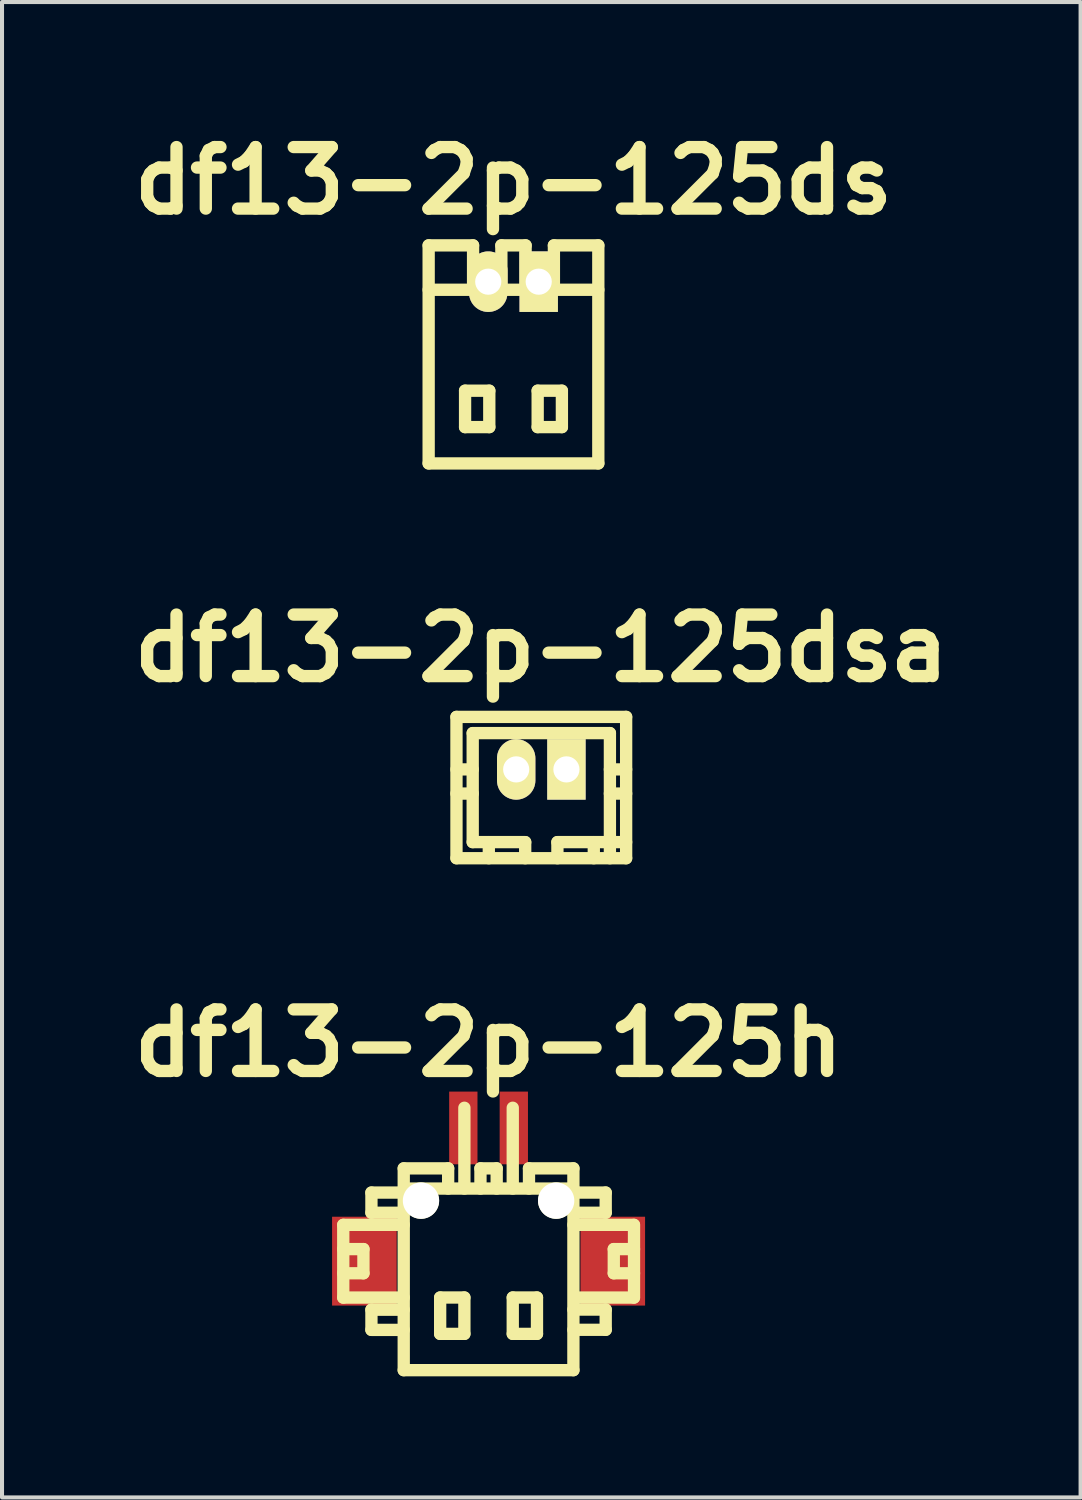
<source format=kicad_pcb>
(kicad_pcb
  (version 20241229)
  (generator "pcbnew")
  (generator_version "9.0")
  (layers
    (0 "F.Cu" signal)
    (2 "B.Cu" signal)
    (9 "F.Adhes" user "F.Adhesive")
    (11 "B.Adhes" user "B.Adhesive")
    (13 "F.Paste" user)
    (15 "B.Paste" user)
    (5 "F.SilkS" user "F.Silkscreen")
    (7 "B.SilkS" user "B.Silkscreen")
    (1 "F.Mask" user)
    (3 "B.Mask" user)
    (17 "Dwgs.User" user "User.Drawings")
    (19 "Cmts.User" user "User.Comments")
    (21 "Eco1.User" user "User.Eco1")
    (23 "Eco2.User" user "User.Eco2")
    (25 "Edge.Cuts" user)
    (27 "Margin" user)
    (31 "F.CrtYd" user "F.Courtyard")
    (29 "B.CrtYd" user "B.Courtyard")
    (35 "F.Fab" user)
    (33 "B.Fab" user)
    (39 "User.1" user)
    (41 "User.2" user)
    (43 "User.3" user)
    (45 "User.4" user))
  (footprint "df13-2p-125ds"
    (layer "F.Cu")
    (at 9.667 5.727)
    (property "Reference" "df13-2p-125ds" (at 0 -4.3 0) (layer "F.SilkS") (effects (font (size 1.524 1.524) (thickness 0.305))))
    (attr through_hole)
    (fp_line (start -2.101 2.7) (end -2.101 -2.7) (stroke (width 0.305) (type solid)) (layer "F.SilkS"))
    (fp_line (start -1.199 0.899) (end -1.199 1.801) (stroke (width 0.305) (type solid)) (layer "F.SilkS"))
    (fp_line (start -1.199 1.801) (end -0.599 1.801) (stroke (width 0.305) (type solid)) (layer "F.SilkS"))
    (fp_line (start -1.001 -2.7) (end -2.101 -2.7) (stroke (width 0.305) (type solid)) (layer "F.SilkS"))
    (fp_line (start -1.001 -1.6) (end -1.001 -2.7) (stroke (width 0.305) (type solid)) (layer "F.SilkS"))
    (fp_line (start -0.599 0.899) (end -1.199 0.899) (stroke (width 0.305) (type solid)) (layer "F.SilkS"))
    (fp_line (start -0.599 1.801) (end -0.599 0.899) (stroke (width 0.305) (type solid)) (layer "F.SilkS"))
    (fp_line (start -0.3 -1.6) (end -0.3 -2.7) (stroke (width 0.305) (type solid)) (layer "F.SilkS"))
    (fp_line (start 0.3 -2.7) (end -0.3 -2.7) (stroke (width 0.305) (type solid)) (layer "F.SilkS"))
    (fp_line (start 0.3 -1.6) (end 0.3 -2.7) (stroke (width 0.305) (type solid)) (layer "F.SilkS"))
    (fp_line (start 0.599 0.899) (end 1.199 0.899) (stroke (width 0.305) (type solid)) (layer "F.SilkS"))
    (fp_line (start 0.599 1.801) (end 0.599 0.899) (stroke (width 0.305) (type solid)) (layer "F.SilkS"))
    (fp_line (start 1.001 -1.6) (end 1.001 -2.7) (stroke (width 0.305) (type solid)) (layer "F.SilkS"))
    (fp_line (start 1.199 0.899) (end 1.199 1.801) (stroke (width 0.305) (type solid)) (layer "F.SilkS"))
    (fp_line (start 1.199 1.801) (end 0.599 1.801) (stroke (width 0.305) (type solid)) (layer "F.SilkS"))
    (fp_line (start 2.101 -2.7) (end 1.001 -2.7) (stroke (width 0.305) (type solid)) (layer "F.SilkS"))
    (fp_line (start 2.101 -1.6) (end -2.101 -1.6) (stroke (width 0.305) (type solid)) (layer "F.SilkS"))
    (fp_line (start 2.101 2.7) (end -2.101 2.7) (stroke (width 0.305) (type solid)) (layer "F.SilkS"))
    (fp_line (start 2.101 2.7) (end 2.101 -2.7) (stroke (width 0.305) (type solid)) (layer "F.SilkS"))
    (pad "1" thru_hole rect (at 0.625 -1.801) (size 0.95 1.499) (drill 0.648) (layers "*.Cu" "*.Mask" "F.SilkS"))
    (pad "2" thru_hole oval (at -0.625 -1.801) (size 0.95 1.499) (drill 0.648) (layers "*.Cu" "*.Mask" "F.SilkS")))
  (footprint "df13-2p-125dsa"
    (layer "F.Cu")
    (at 10.356 16.005)
    (property "Reference" "df13-2p-125dsa" (at 0 -3 0) (layer "F.SilkS") (effects (font (size 1.524 1.524) (thickness 0.305))))
    (attr through_hole)
    (fp_line (start -2.101 -1.3) (end 2.101 -1.3) (stroke (width 0.305) (type solid)) (layer "F.SilkS"))
    (fp_line (start -2.101 2.2) (end -2.101 -1.3) (stroke (width 0.305) (type solid)) (layer "F.SilkS"))
    (fp_line (start -1.699 -0.899) (end -1.699 1.801) (stroke (width 0.305) (type solid)) (layer "F.SilkS"))
    (fp_line (start -1.699 0) (end -2.101 0) (stroke (width 0.305) (type solid)) (layer "F.SilkS"))
    (fp_line (start -1.699 0.599) (end -2.101 0.599) (stroke (width 0.305) (type solid)) (layer "F.SilkS"))
    (fp_line (start -1.3 1.801) (end -1.3 2.2) (stroke (width 0.305) (type solid)) (layer "F.SilkS"))
    (fp_line (start -0.701 -0.099) (end -0.5 -0.099) (stroke (width 0.305) (type solid)) (layer "F.SilkS"))
    (fp_line (start -0.701 0.099) (end -0.701 -0.099) (stroke (width 0.305) (type solid)) (layer "F.SilkS"))
    (fp_line (start -0.5 -0.099) (end -0.5 0.099) (stroke (width 0.305) (type solid)) (layer "F.SilkS"))
    (fp_line (start -0.5 0.099) (end -0.701 0.099) (stroke (width 0.305) (type solid)) (layer "F.SilkS"))
    (fp_line (start -0.399 1.801) (end -1.699 1.801) (stroke (width 0.305) (type solid)) (layer "F.SilkS"))
    (fp_line (start -0.399 1.801) (end -0.399 2.2) (stroke (width 0.305) (type solid)) (layer "F.SilkS"))
    (fp_line (start 0.399 1.801) (end 0.399 2.2) (stroke (width 0.305) (type solid)) (layer "F.SilkS"))
    (fp_line (start 0.5 -0.099) (end 0.701 -0.099) (stroke (width 0.305) (type solid)) (layer "F.SilkS"))
    (fp_line (start 0.5 0.099) (end 0.5 -0.099) (stroke (width 0.305) (type solid)) (layer "F.SilkS"))
    (fp_line (start 0.701 -0.099) (end 0.701 0.099) (stroke (width 0.305) (type solid)) (layer "F.SilkS"))
    (fp_line (start 0.701 0.099) (end 0.5 0.099) (stroke (width 0.305) (type solid)) (layer "F.SilkS"))
    (fp_line (start 1.3 1.801) (end 1.3 2.2) (stroke (width 0.305) (type solid)) (layer "F.SilkS"))
    (fp_line (start 1.699 -0.899) (end -1.699 -0.899) (stroke (width 0.305) (type solid)) (layer "F.SilkS"))
    (fp_line (start 1.699 -0.899) (end 1.699 2.2) (stroke (width 0.305) (type solid)) (layer "F.SilkS"))
    (fp_line (start 1.699 0) (end 2.101 0) (stroke (width 0.305) (type solid)) (layer "F.SilkS"))
    (fp_line (start 2.101 -1.3) (end 2.101 2.2) (stroke (width 0.305) (type solid)) (layer "F.SilkS"))
    (fp_line (start 2.101 0.599) (end 1.699 0.599) (stroke (width 0.305) (type solid)) (layer "F.SilkS"))
    (fp_line (start 2.101 1.801) (end 0.399 1.801) (stroke (width 0.305) (type solid)) (layer "F.SilkS"))
    (fp_line (start 2.101 2.2) (end -2.101 2.2) (stroke (width 0.305) (type solid)) (layer "F.SilkS"))
    (pad "1" thru_hole rect (at 0.622 0) (size 0.95 1.499) (drill 0.648) (layers "*.Cu" "*.Mask" "F.SilkS"))
    (pad "2" thru_hole oval (at -0.622 0) (size 0.95 1.499) (drill 0.648) (layers "*.Cu" "*.Mask" "F.SilkS")))
  (footprint "df13-2p-125h"
    (layer "F.Cu")
    (at 9.05 28.385)
    (property "Reference" "df13-2p-125h" (at 0 -5.601 0) (layer "F.SilkS") (effects (font (size 1.524 1.524) (thickness 0.305))))
    (attr through_hole)
    (fp_line (start -3.599 -1.1) (end -3.599 0.701) (stroke (width 0.305) (type solid)) (layer "F.SilkS"))
    (fp_line (start -3.599 0.701) (end -2.101 0.701) (stroke (width 0.305) (type solid)) (layer "F.SilkS"))
    (fp_line (start -3.099 -0.5) (end -3.599 -0.5) (stroke (width 0.305) (type solid)) (layer "F.SilkS"))
    (fp_line (start -3.099 0.099) (end -3.599 0.099) (stroke (width 0.305) (type solid)) (layer "F.SilkS"))
    (fp_line (start -3.099 0.099) (end -3.099 -0.5) (stroke (width 0.305) (type solid)) (layer "F.SilkS"))
    (fp_line (start -2.901 -1.9) (end -2.901 -1.4) (stroke (width 0.305) (type solid)) (layer "F.SilkS"))
    (fp_line (start -2.901 -1.9) (end -2.101 -1.9) (stroke (width 0.305) (type solid)) (layer "F.SilkS"))
    (fp_line (start -2.901 1.001) (end -2.901 1.501) (stroke (width 0.305) (type solid)) (layer "F.SilkS"))
    (fp_line (start -2.901 1.501) (end -2.101 1.501) (stroke (width 0.305) (type solid)) (layer "F.SilkS"))
    (fp_line (start -2.101 -1.4) (end -2.901 -1.4) (stroke (width 0.305) (type solid)) (layer "F.SilkS"))
    (fp_line (start -2.101 -1.1) (end -3.599 -1.1) (stroke (width 0.305) (type solid)) (layer "F.SilkS"))
    (fp_line (start -2.101 1.001) (end -2.901 1.001) (stroke (width 0.305) (type solid)) (layer "F.SilkS"))
    (fp_line (start -2.101 2.499) (end -2.101 -2.499) (stroke (width 0.305) (type solid)) (layer "F.SilkS"))
    (fp_line (start -1.199 0.699) (end -1.199 1.6) (stroke (width 0.305) (type solid)) (layer "F.SilkS"))
    (fp_line (start -1.199 1.6) (end -0.599 1.6) (stroke (width 0.305) (type solid)) (layer "F.SilkS"))
    (fp_line (start -1.001 -2.499) (end -2.101 -2.499) (stroke (width 0.305) (type solid)) (layer "F.SilkS"))
    (fp_line (start -1.001 -2.499) (end -1.001 -1.999) (stroke (width 0.305) (type solid)) (layer "F.SilkS"))
    (fp_line (start -0.599 -4) (end -0.599 -1.999) (stroke (width 0.305) (type solid)) (layer "F.SilkS"))
    (fp_line (start -0.599 0.699) (end -1.199 0.699) (stroke (width 0.305) (type solid)) (layer "F.SilkS"))
    (fp_line (start -0.599 1.6) (end -0.599 0.699) (stroke (width 0.305) (type solid)) (layer "F.SilkS"))
    (fp_line (start -0.201 -2.499) (end -0.201 -1.999) (stroke (width 0.305) (type solid)) (layer "F.SilkS"))
    (fp_line (start 0.201 -2.499) (end -0.201 -2.499) (stroke (width 0.305) (type solid)) (layer "F.SilkS"))
    (fp_line (start 0.201 -2.499) (end 0.201 -1.999) (stroke (width 0.305) (type solid)) (layer "F.SilkS"))
    (fp_line (start 0.599 -1.999) (end 0.599 -4) (stroke (width 0.305) (type solid)) (layer "F.SilkS"))
    (fp_line (start 0.599 0.699) (end 1.199 0.699) (stroke (width 0.305) (type solid)) (layer "F.SilkS"))
    (fp_line (start 0.599 1.6) (end 0.599 0.699) (stroke (width 0.305) (type solid)) (layer "F.SilkS"))
    (fp_line (start 1.001 -2.499) (end 1.001 -1.999) (stroke (width 0.305) (type solid)) (layer "F.SilkS"))
    (fp_line (start 1.199 0.699) (end 1.199 1.6) (stroke (width 0.305) (type solid)) (layer "F.SilkS"))
    (fp_line (start 1.199 1.6) (end 0.599 1.6) (stroke (width 0.305) (type solid)) (layer "F.SilkS"))
    (fp_line (start 2.101 -2.499) (end 1.001 -2.499) (stroke (width 0.305) (type solid)) (layer "F.SilkS"))
    (fp_line (start 2.101 -2.499) (end 2.101 2.499) (stroke (width 0.305) (type solid)) (layer "F.SilkS"))
    (fp_line (start 2.101 -1.999) (end -2.101 -1.999) (stroke (width 0.305) (type solid)) (layer "F.SilkS"))
    (fp_line (start 2.101 -1.9) (end 2.901 -1.9) (stroke (width 0.305) (type solid)) (layer "F.SilkS"))
    (fp_line (start 2.101 0.998) (end 2.901 0.998) (stroke (width 0.305) (type solid)) (layer "F.SilkS"))
    (fp_line (start 2.101 2.499) (end -2.101 2.499) (stroke (width 0.305) (type solid)) (layer "F.SilkS"))
    (fp_line (start 2.901 -1.9) (end 2.901 -1.4) (stroke (width 0.305) (type solid)) (layer "F.SilkS"))
    (fp_line (start 2.901 -1.4) (end 2.101 -1.4) (stroke (width 0.305) (type solid)) (layer "F.SilkS"))
    (fp_line (start 2.901 0.998) (end 2.901 1.499) (stroke (width 0.305) (type solid)) (layer "F.SilkS"))
    (fp_line (start 2.901 1.499) (end 2.101 1.499) (stroke (width 0.305) (type solid)) (layer "F.SilkS"))
    (fp_line (start 3.101 0.099) (end 3.101 -0.5) (stroke (width 0.305) (type solid)) (layer "F.SilkS"))
    (fp_line (start 3.599 -1.1) (end 2.101 -1.1) (stroke (width 0.305) (type solid)) (layer "F.SilkS"))
    (fp_line (start 3.599 0.701) (end 2.2 0.701) (stroke (width 0.305) (type solid)) (layer "F.SilkS"))
    (fp_line (start 3.602 -1.1) (end 3.602 0.701) (stroke (width 0.305) (type solid)) (layer "F.SilkS"))
    (fp_line (start 3.602 -0.5) (end 3.101 -0.5) (stroke (width 0.305) (type solid)) (layer "F.SilkS"))
    (fp_line (start 3.602 0.099) (end 3.101 0.099) (stroke (width 0.305) (type solid)) (layer "F.SilkS"))
    (pad "" smd rect (at -3.076 -0.201) (size 1.6 2.2) (layers "F.Cu" "F.Mask" "F.Paste"))
    (pad "" np_thru_hole circle (at -1.674 -1.699) (size 0.899 0.899) (drill 0.899) (layers "*.Cu" "*.Mask" "F.SilkS"))
    (pad "" np_thru_hole circle (at 1.674 -1.699) (size 0.899 0.899) (drill 0.899) (layers "*.Cu" "*.Mask" "F.SilkS"))
    (pad "" smd rect (at 3.076 -0.201) (size 1.6 2.2) (layers "F.Cu" "F.Mask" "F.Paste"))
    (pad "1" smd rect (at 0.625 -3.5) (size 0.701 1.801) (layers "F.Cu" "F.Mask" "F.Paste"))
    (pad "2" smd rect (at -0.625 -3.5) (size 0.701 1.801) (layers "F.Cu" "F.Mask" "F.Paste")))
  (gr_rect
    (start -3 -3)
    (end 23.712 34.036)
    (stroke (width 0.1) (type default))
    (fill no)
    (layer "Edge.Cuts")))
</source>
